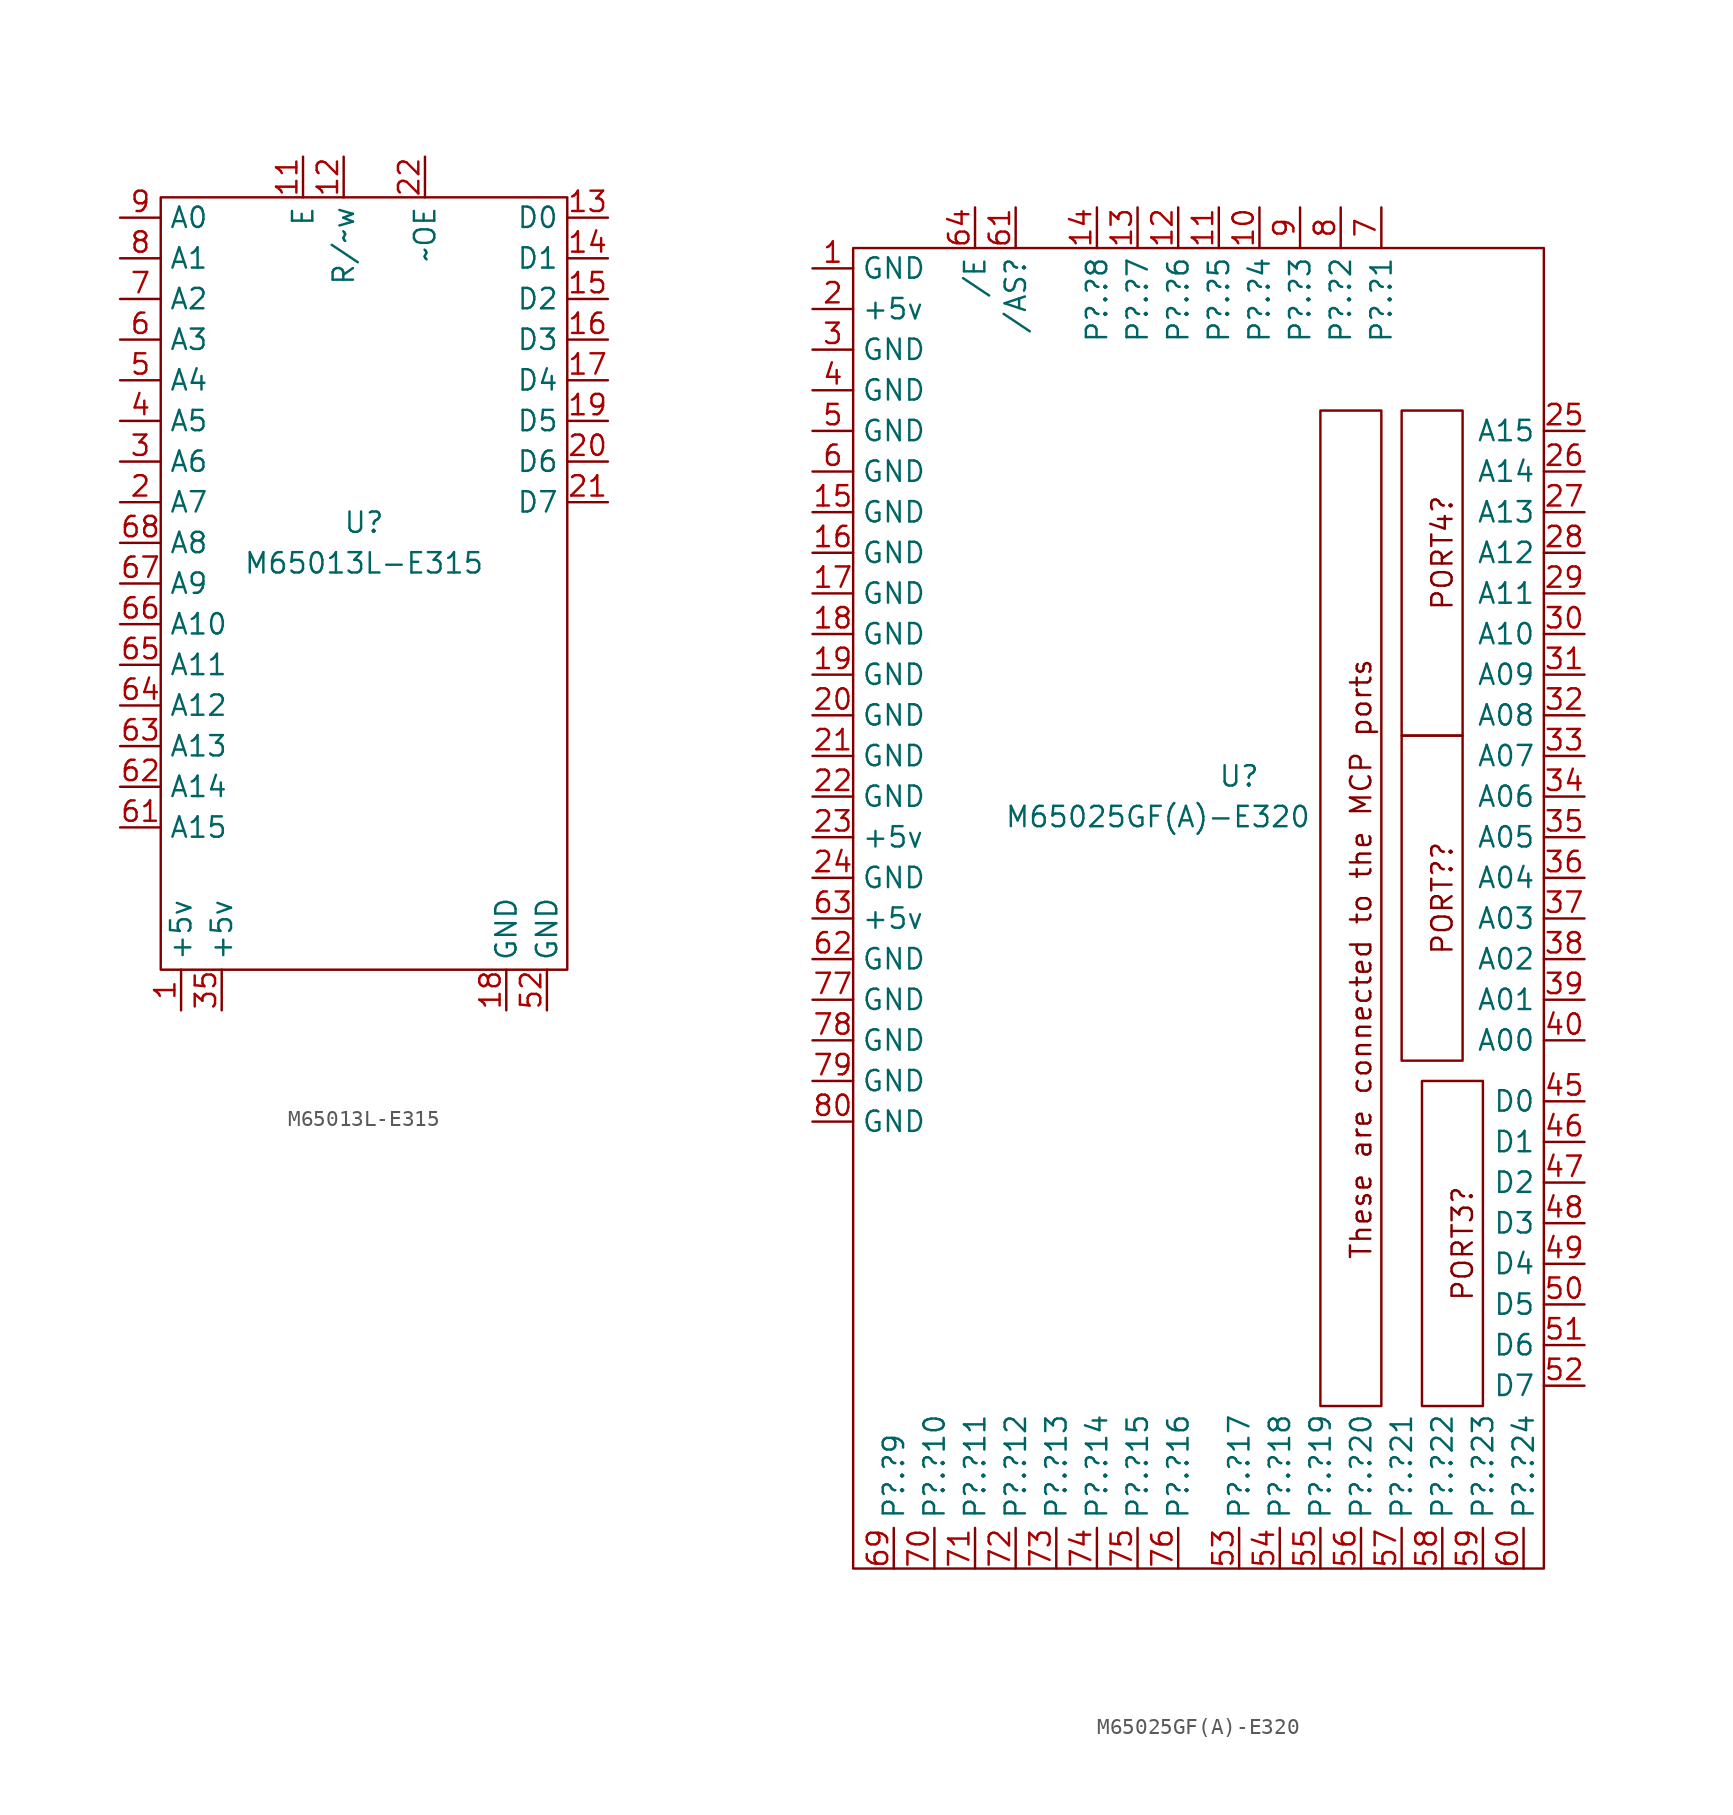
<source format=kicad_sym>
(kicad_symbol_lib
  (version 20211014)
  (generator kicad_symbol_editor)
  (symbol "M65013L-E315"
    (property "Reference" "U"
      (at 0 0 0)
      (effects (font (size 1.27 1.27))))
    (property "Value" "M65013L-E315"
      (at 0 -2.54 0)
      (effects (font (size 1.27 1.27))))
    (symbol "M65013L-E315_0_1"
      (rectangle (start -12.7 20.32) (end 12.7 -27.94) (stroke (width 0) (type default) (color 0 0 0 0)) (fill (type none))))
    (symbol "M65013L-E315_1_1"
      (pin power_in line (at -11.43 -30.48 90) (length 2.54) (name "+5v" (effects (font (size 1.27 1.27)))) (number "1" (effects (font (size 1.27 1.27)))))
      (pin input line (at -3.81 22.86 270) (length 2.54) (name "E" (effects (font (size 1.27 1.27)))) (number "11" (effects (font (size 1.27 1.27)))))
      (pin input line (at -1.27 22.86 270) (length 2.54) (name "R/~w" (effects (font (size 1.27 1.27)))) (number "12" (effects (font (size 1.27 1.27)))))
      (pin bidirectional line (at 15.24 19.05 180) (length 2.54) (name "D0" (effects (font (size 1.27 1.27)))) (number "13" (effects (font (size 1.27 1.27)))))
      (pin bidirectional line (at 15.24 16.51 180) (length 2.54) (name "D1" (effects (font (size 1.27 1.27)))) (number "14" (effects (font (size 1.27 1.27)))))
      (pin bidirectional line (at 15.24 13.97 180) (length 2.54) (name "D2" (effects (font (size 1.27 1.27)))) (number "15" (effects (font (size 1.27 1.27)))))
      (pin bidirectional line (at 15.24 11.43 180) (length 2.54) (name "D3" (effects (font (size 1.27 1.27)))) (number "16" (effects (font (size 1.27 1.27)))))
      (pin bidirectional line (at 15.24 8.89 180) (length 2.54) (name "D4" (effects (font (size 1.27 1.27)))) (number "17" (effects (font (size 1.27 1.27)))))
      (pin power_in line (at 8.89 -30.48 90) (length 2.54) (name "GND" (effects (font (size 1.27 1.27)))) (number "18" (effects (font (size 1.27 1.27)))))
      (pin bidirectional line (at 15.24 6.35 180) (length 2.54) (name "D5" (effects (font (size 1.27 1.27)))) (number "19" (effects (font (size 1.27 1.27)))))
      (pin bidirectional line (at -15.24 1.27 0) (length 2.54) (name "A7" (effects (font (size 1.27 1.27)))) (number "2" (effects (font (size 1.27 1.27)))))
      (pin bidirectional line (at 15.24 3.81 180) (length 2.54) (name "D6" (effects (font (size 1.27 1.27)))) (number "20" (effects (font (size 1.27 1.27)))))
      (pin bidirectional line (at 15.24 1.27 180) (length 2.54) (name "D7" (effects (font (size 1.27 1.27)))) (number "21" (effects (font (size 1.27 1.27)))))
      (pin output line (at 3.81 22.86 270) (length 2.54) (name "~OE" (effects (font (size 1.27 1.27)))) (number "22" (effects (font (size 1.27 1.27)))))
      (pin bidirectional line (at -15.24 3.81 0) (length 2.54) (name "A6" (effects (font (size 1.27 1.27)))) (number "3" (effects (font (size 1.27 1.27)))))
      (pin power_in line (at -8.89 -30.48 90) (length 2.54) (name "+5v" (effects (font (size 1.27 1.27)))) (number "35" (effects (font (size 1.27 1.27)))))
      (pin bidirectional line (at -15.24 6.35 0) (length 2.54) (name "A5" (effects (font (size 1.27 1.27)))) (number "4" (effects (font (size 1.27 1.27)))))
      (pin bidirectional line (at -15.24 8.89 0) (length 2.54) (name "A4" (effects (font (size 1.27 1.27)))) (number "5" (effects (font (size 1.27 1.27)))))
      (pin power_in line (at 11.43 -30.48 90) (length 2.54) (name "GND" (effects (font (size 1.27 1.27)))) (number "52" (effects (font (size 1.27 1.27)))))
      (pin bidirectional line (at -15.24 11.43 0) (length 2.54) (name "A3" (effects (font (size 1.27 1.27)))) (number "6" (effects (font (size 1.27 1.27)))))
      (pin bidirectional line (at -15.24 -19.05 0) (length 2.54) (name "A15" (effects (font (size 1.27 1.27)))) (number "61" (effects (font (size 1.27 1.27)))))
      (pin bidirectional line (at -15.24 -16.51 0) (length 2.54) (name "A14" (effects (font (size 1.27 1.27)))) (number "62" (effects (font (size 1.27 1.27)))))
      (pin bidirectional line (at -15.24 -13.97 0) (length 2.54) (name "A13" (effects (font (size 1.27 1.27)))) (number "63" (effects (font (size 1.27 1.27)))))
      (pin bidirectional line (at -15.24 -11.43 0) (length 2.54) (name "A12" (effects (font (size 1.27 1.27)))) (number "64" (effects (font (size 1.27 1.27)))))
      (pin bidirectional line (at -15.24 -8.89 0) (length 2.54) (name "A11" (effects (font (size 1.27 1.27)))) (number "65" (effects (font (size 1.27 1.27)))))
      (pin bidirectional line (at -15.24 -6.35 0) (length 2.54) (name "A10" (effects (font (size 1.27 1.27)))) (number "66" (effects (font (size 1.27 1.27)))))
      (pin bidirectional line (at -15.24 -3.81 0) (length 2.54) (name "A9" (effects (font (size 1.27 1.27)))) (number "67" (effects (font (size 1.27 1.27)))))
      (pin bidirectional line (at -15.24 -1.27 0) (length 2.54) (name "A8" (effects (font (size 1.27 1.27)))) (number "68" (effects (font (size 1.27 1.27)))))
      (pin bidirectional line (at -15.24 13.97 0) (length 2.54) (name "A2" (effects (font (size 1.27 1.27)))) (number "7" (effects (font (size 1.27 1.27)))))
      (pin bidirectional line (at -15.24 16.51 0) (length 2.54) (name "A1" (effects (font (size 1.27 1.27)))) (number "8" (effects (font (size 1.27 1.27)))))
      (pin bidirectional line (at -15.24 19.05 0) (length 2.54) (name "A0" (effects (font (size 1.27 1.27)))) (number "9" (effects (font (size 1.27 1.27)))))))
  (symbol "M65025GF(A)-E320"
    (property "Reference" "U"
      (at 0 2.54 0)
      (effects (font (size 1.27 1.27))))
    (property "Value" "M65025GF(A)-E320"
      (at -5.08 0 0)
      (effects (font (size 1.27 1.27))))
    (symbol "M65025GF(A)-E320_0_0"
      (rectangle (start -24.13 35.56) (end 19.05 -46.99) (stroke (width 0) (type default) (color 0 0 0 0)) (fill (type none)))
      (rectangle (start 5.08 25.4) (end 8.89 -36.83) (stroke (width 0) (type default) (color 0 0 0 0)) (fill (type none)))
      (text "PORT3?" (at 13.97 -26.67 900) (effects (font (size 1.27 1.27))))
      (text "PORT4?" (at 12.7 16.51 900) (effects (font (size 1.27 1.27))))
      (text "PORT??" (at 12.7 -5.08 900) (effects (font (size 1.27 1.27))))
      (text "These are connected to the MCP ports" (at 7.62 -8.89 900) (effects (font (size 1.27 1.27)))))
    (symbol "M65025GF(A)-E320_0_1"
      (rectangle (start 13.97 5.08) (end 10.16 -15.24) (stroke (width 0) (type default) (color 0 0 0 0)) (fill (type none)))
      (rectangle (start 13.97 25.4) (end 10.16 5.08) (stroke (width 0) (type default) (color 0 0 0 0)) (fill (type none)))
      (rectangle (start 15.24 -16.51) (end 11.43 -36.83) (stroke (width 0) (type default) (color 0 0 0 0)) (fill (type none))))
    (symbol "M65025GF(A)-E320_1_1"
      (pin power_in line (at -26.67 34.29 0) (length 2.54) (name "GND" (effects (font (size 1.27 1.27)))) (number "1" (effects (font (size 1.27 1.27)))))
      (pin bidirectional line (at 1.27 38.1 270) (length 2.54) (name "P?.?4" (effects (font (size 1.27 1.27)))) (number "10" (effects (font (size 1.27 1.27)))))
      (pin bidirectional line (at -1.27 38.1 270) (length 2.54) (name "P?.?5" (effects (font (size 1.27 1.27)))) (number "11" (effects (font (size 1.27 1.27)))))
      (pin bidirectional line (at -3.81 38.1 270) (length 2.54) (name "P?.?6" (effects (font (size 1.27 1.27)))) (number "12" (effects (font (size 1.27 1.27)))))
      (pin bidirectional line (at -6.35 38.1 270) (length 2.54) (name "P?.?7" (effects (font (size 1.27 1.27)))) (number "13" (effects (font (size 1.27 1.27)))))
      (pin bidirectional line (at -8.89 38.1 270) (length 2.54) (name "P?.?8" (effects (font (size 1.27 1.27)))) (number "14" (effects (font (size 1.27 1.27)))))
      (pin power_in line (at -26.67 19.05 0) (length 2.54) (name "GND" (effects (font (size 1.27 1.27)))) (number "15" (effects (font (size 1.27 1.27)))))
      (pin power_in line (at -26.67 16.51 0) (length 2.54) (name "GND" (effects (font (size 1.27 1.27)))) (number "16" (effects (font (size 1.27 1.27)))))
      (pin power_in line (at -26.67 13.97 0) (length 2.54) (name "GND" (effects (font (size 1.27 1.27)))) (number "17" (effects (font (size 1.27 1.27)))))
      (pin power_in line (at -26.67 11.43 0) (length 2.54) (name "GND" (effects (font (size 1.27 1.27)))) (number "18" (effects (font (size 1.27 1.27)))))
      (pin power_in line (at -26.67 8.89 0) (length 2.54) (name "GND" (effects (font (size 1.27 1.27)))) (number "19" (effects (font (size 1.27 1.27)))))
      (pin power_in line (at -26.67 31.75 0) (length 2.54) (name "+5v" (effects (font (size 1.27 1.27)))) (number "2" (effects (font (size 1.27 1.27)))))
      (pin power_in line (at -26.67 6.35 0) (length 2.54) (name "GND" (effects (font (size 1.27 1.27)))) (number "20" (effects (font (size 1.27 1.27)))))
      (pin power_in line (at -26.67 3.81 0) (length 2.54) (name "GND" (effects (font (size 1.27 1.27)))) (number "21" (effects (font (size 1.27 1.27)))))
      (pin power_in line (at -26.67 1.27 0) (length 2.54) (name "GND" (effects (font (size 1.27 1.27)))) (number "22" (effects (font (size 1.27 1.27)))))
      (pin power_in line (at -26.67 -1.27 0) (length 2.54) (name "+5v" (effects (font (size 1.27 1.27)))) (number "23" (effects (font (size 1.27 1.27)))))
      (pin power_in line (at -26.67 -3.81 0) (length 2.54) (name "GND" (effects (font (size 1.27 1.27)))) (number "24" (effects (font (size 1.27 1.27)))))
      (pin input line (at 21.59 24.13 180) (length 2.54) (name "A15" (effects (font (size 1.27 1.27)))) (number "25" (effects (font (size 1.27 1.27)))))
      (pin input line (at 21.59 21.59 180) (length 2.54) (name "A14" (effects (font (size 1.27 1.27)))) (number "26" (effects (font (size 1.27 1.27)))))
      (pin input line (at 21.59 19.05 180) (length 2.54) (name "A13" (effects (font (size 1.27 1.27)))) (number "27" (effects (font (size 1.27 1.27)))))
      (pin input line (at 21.59 16.51 180) (length 2.54) (name "A12" (effects (font (size 1.27 1.27)))) (number "28" (effects (font (size 1.27 1.27)))))
      (pin input line (at 21.59 13.97 180) (length 2.54) (name "A11" (effects (font (size 1.27 1.27)))) (number "29" (effects (font (size 1.27 1.27)))))
      (pin power_in line (at -26.67 29.21 0) (length 2.54) (name "GND" (effects (font (size 1.27 1.27)))) (number "3" (effects (font (size 1.27 1.27)))))
      (pin input line (at 21.59 11.43 180) (length 2.54) (name "A10" (effects (font (size 1.27 1.27)))) (number "30" (effects (font (size 1.27 1.27)))))
      (pin input line (at 21.59 8.89 180) (length 2.54) (name "A09" (effects (font (size 1.27 1.27)))) (number "31" (effects (font (size 1.27 1.27)))))
      (pin input line (at 21.59 6.35 180) (length 2.54) (name "A08" (effects (font (size 1.27 1.27)))) (number "32" (effects (font (size 1.27 1.27)))))
      (pin input line (at 21.59 3.81 180) (length 2.54) (name "A07" (effects (font (size 1.27 1.27)))) (number "33" (effects (font (size 1.27 1.27)))))
      (pin input line (at 21.59 1.27 180) (length 2.54) (name "A06" (effects (font (size 1.27 1.27)))) (number "34" (effects (font (size 1.27 1.27)))))
      (pin input line (at 21.59 -1.27 180) (length 2.54) (name "A05" (effects (font (size 1.27 1.27)))) (number "35" (effects (font (size 1.27 1.27)))))
      (pin input line (at 21.59 -3.81 180) (length 2.54) (name "A04" (effects (font (size 1.27 1.27)))) (number "36" (effects (font (size 1.27 1.27)))))
      (pin input line (at 21.59 -6.35 180) (length 2.54) (name "A03" (effects (font (size 1.27 1.27)))) (number "37" (effects (font (size 1.27 1.27)))))
      (pin input line (at 21.59 -8.89 180) (length 2.54) (name "A02" (effects (font (size 1.27 1.27)))) (number "38" (effects (font (size 1.27 1.27)))))
      (pin input line (at 21.59 -11.43 180) (length 2.54) (name "A01" (effects (font (size 1.27 1.27)))) (number "39" (effects (font (size 1.27 1.27)))))
      (pin power_in line (at -26.67 26.67 0) (length 2.54) (name "GND" (effects (font (size 1.27 1.27)))) (number "4" (effects (font (size 1.27 1.27)))))
      (pin input line (at 21.59 -13.97 180) (length 2.54) (name "A00" (effects (font (size 1.27 1.27)))) (number "40" (effects (font (size 1.27 1.27)))))
      (pin output line (at 21.59 -17.78 180) (length 2.54) (name "D0" (effects (font (size 1.27 1.27)))) (number "45" (effects (font (size 1.27 1.27)))))
      (pin output line (at 21.59 -20.32 180) (length 2.54) (name "D1" (effects (font (size 1.27 1.27)))) (number "46" (effects (font (size 1.27 1.27)))))
      (pin output line (at 21.59 -22.86 180) (length 2.54) (name "D2" (effects (font (size 1.27 1.27)))) (number "47" (effects (font (size 1.27 1.27)))))
      (pin output line (at 21.59 -25.4 180) (length 2.54) (name "D3" (effects (font (size 1.27 1.27)))) (number "48" (effects (font (size 1.27 1.27)))))
      (pin output line (at 21.59 -27.94 180) (length 2.54) (name "D4" (effects (font (size 1.27 1.27)))) (number "49" (effects (font (size 1.27 1.27)))))
      (pin power_in line (at -26.67 24.13 0) (length 2.54) (name "GND" (effects (font (size 1.27 1.27)))) (number "5" (effects (font (size 1.27 1.27)))))
      (pin output line (at 21.59 -30.48 180) (length 2.54) (name "D5" (effects (font (size 1.27 1.27)))) (number "50" (effects (font (size 1.27 1.27)))))
      (pin output line (at 21.59 -33.02 180) (length 2.54) (name "D6" (effects (font (size 1.27 1.27)))) (number "51" (effects (font (size 1.27 1.27)))))
      (pin output line (at 21.59 -35.56 180) (length 2.54) (name "D7" (effects (font (size 1.27 1.27)))) (number "52" (effects (font (size 1.27 1.27)))))
      (pin bidirectional line (at 0 -46.99 90) (length 2.54) (name "P?.?17" (effects (font (size 1.27 1.27)))) (number "53" (effects (font (size 1.27 1.27)))))
      (pin bidirectional line (at 2.54 -46.99 90) (length 2.54) (name "P?.?18" (effects (font (size 1.27 1.27)))) (number "54" (effects (font (size 1.27 1.27)))))
      (pin bidirectional line (at 5.08 -46.99 90) (length 2.54) (name "P?.?19" (effects (font (size 1.27 1.27)))) (number "55" (effects (font (size 1.27 1.27)))))
      (pin bidirectional line (at 7.62 -46.99 90) (length 2.54) (name "P?.?20" (effects (font (size 1.27 1.27)))) (number "56" (effects (font (size 1.27 1.27)))))
      (pin bidirectional line (at 10.16 -46.99 90) (length 2.54) (name "P?.?21" (effects (font (size 1.27 1.27)))) (number "57" (effects (font (size 1.27 1.27)))))
      (pin bidirectional line (at 12.7 -46.99 90) (length 2.54) (name "P?.?22" (effects (font (size 1.27 1.27)))) (number "58" (effects (font (size 1.27 1.27)))))
      (pin bidirectional line (at 15.24 -46.99 90) (length 2.54) (name "P?.?23" (effects (font (size 1.27 1.27)))) (number "59" (effects (font (size 1.27 1.27)))))
      (pin power_in line (at -26.67 21.59 0) (length 2.54) (name "GND" (effects (font (size 1.27 1.27)))) (number "6" (effects (font (size 1.27 1.27)))))
      (pin bidirectional line (at 17.78 -46.99 90) (length 2.54) (name "P?.?24" (effects (font (size 1.27 1.27)))) (number "60" (effects (font (size 1.27 1.27)))))
      (pin bidirectional line (at -13.97 38.1 270) (length 2.54) (name "/AS?" (effects (font (size 1.27 1.27)))) (number "61" (effects (font (size 1.27 1.27)))))
      (pin power_in line (at -26.67 -8.89 0) (length 2.54) (name "GND" (effects (font (size 1.27 1.27)))) (number "62" (effects (font (size 1.27 1.27)))))
      (pin power_in line (at -26.67 -6.35 0) (length 2.54) (name "+5v" (effects (font (size 1.27 1.27)))) (number "63" (effects (font (size 1.27 1.27)))))
      (pin input line (at -16.51 38.1 270) (length 2.54) (name "/E" (effects (font (size 1.27 1.27)))) (number "64" (effects (font (size 1.27 1.27)))))
      (pin bidirectional line (at -21.59 -46.99 90) (length 2.54) (name "P?.?9" (effects (font (size 1.27 1.27)))) (number "69" (effects (font (size 1.27 1.27)))))
      (pin bidirectional line (at 8.89 38.1 270) (length 2.54) (name "P?.?1" (effects (font (size 1.27 1.27)))) (number "7" (effects (font (size 1.27 1.27)))))
      (pin bidirectional line (at -19.05 -46.99 90) (length 2.54) (name "P?.?10" (effects (font (size 1.27 1.27)))) (number "70" (effects (font (size 1.27 1.27)))))
      (pin bidirectional line (at -16.51 -46.99 90) (length 2.54) (name "P?.?11" (effects (font (size 1.27 1.27)))) (number "71" (effects (font (size 1.27 1.27)))))
      (pin bidirectional line (at -13.97 -46.99 90) (length 2.54) (name "P?.?12" (effects (font (size 1.27 1.27)))) (number "72" (effects (font (size 1.27 1.27)))))
      (pin bidirectional line (at -11.43 -46.99 90) (length 2.54) (name "P?.?13" (effects (font (size 1.27 1.27)))) (number "73" (effects (font (size 1.27 1.27)))))
      (pin bidirectional line (at -8.89 -46.99 90) (length 2.54) (name "P?.?14" (effects (font (size 1.27 1.27)))) (number "74" (effects (font (size 1.27 1.27)))))
      (pin bidirectional line (at -6.35 -46.99 90) (length 2.54) (name "P?.?15" (effects (font (size 1.27 1.27)))) (number "75" (effects (font (size 1.27 1.27)))))
      (pin bidirectional line (at -3.81 -46.99 90) (length 2.54) (name "P?.?16" (effects (font (size 1.27 1.27)))) (number "76" (effects (font (size 1.27 1.27)))))
      (pin power_in line (at -26.67 -11.43 0) (length 2.54) (name "GND" (effects (font (size 1.27 1.27)))) (number "77" (effects (font (size 1.27 1.27)))))
      (pin power_in line (at -26.67 -13.97 0) (length 2.54) (name "GND" (effects (font (size 1.27 1.27)))) (number "78" (effects (font (size 1.27 1.27)))))
      (pin power_in line (at -26.67 -16.51 0) (length 2.54) (name "GND" (effects (font (size 1.27 1.27)))) (number "79" (effects (font (size 1.27 1.27)))))
      (pin bidirectional line (at 6.35 38.1 270) (length 2.54) (name "P?.?2" (effects (font (size 1.27 1.27)))) (number "8" (effects (font (size 1.27 1.27)))))
      (pin power_in line (at -26.67 -19.05 0) (length 2.54) (name "GND" (effects (font (size 1.27 1.27)))) (number "80" (effects (font (size 1.27 1.27)))))
      (pin bidirectional line (at 3.81 38.1 270) (length 2.54) (name "P?.?3" (effects (font (size 1.27 1.27)))) (number "9" (effects (font (size 1.27 1.27))))))))
</source>
